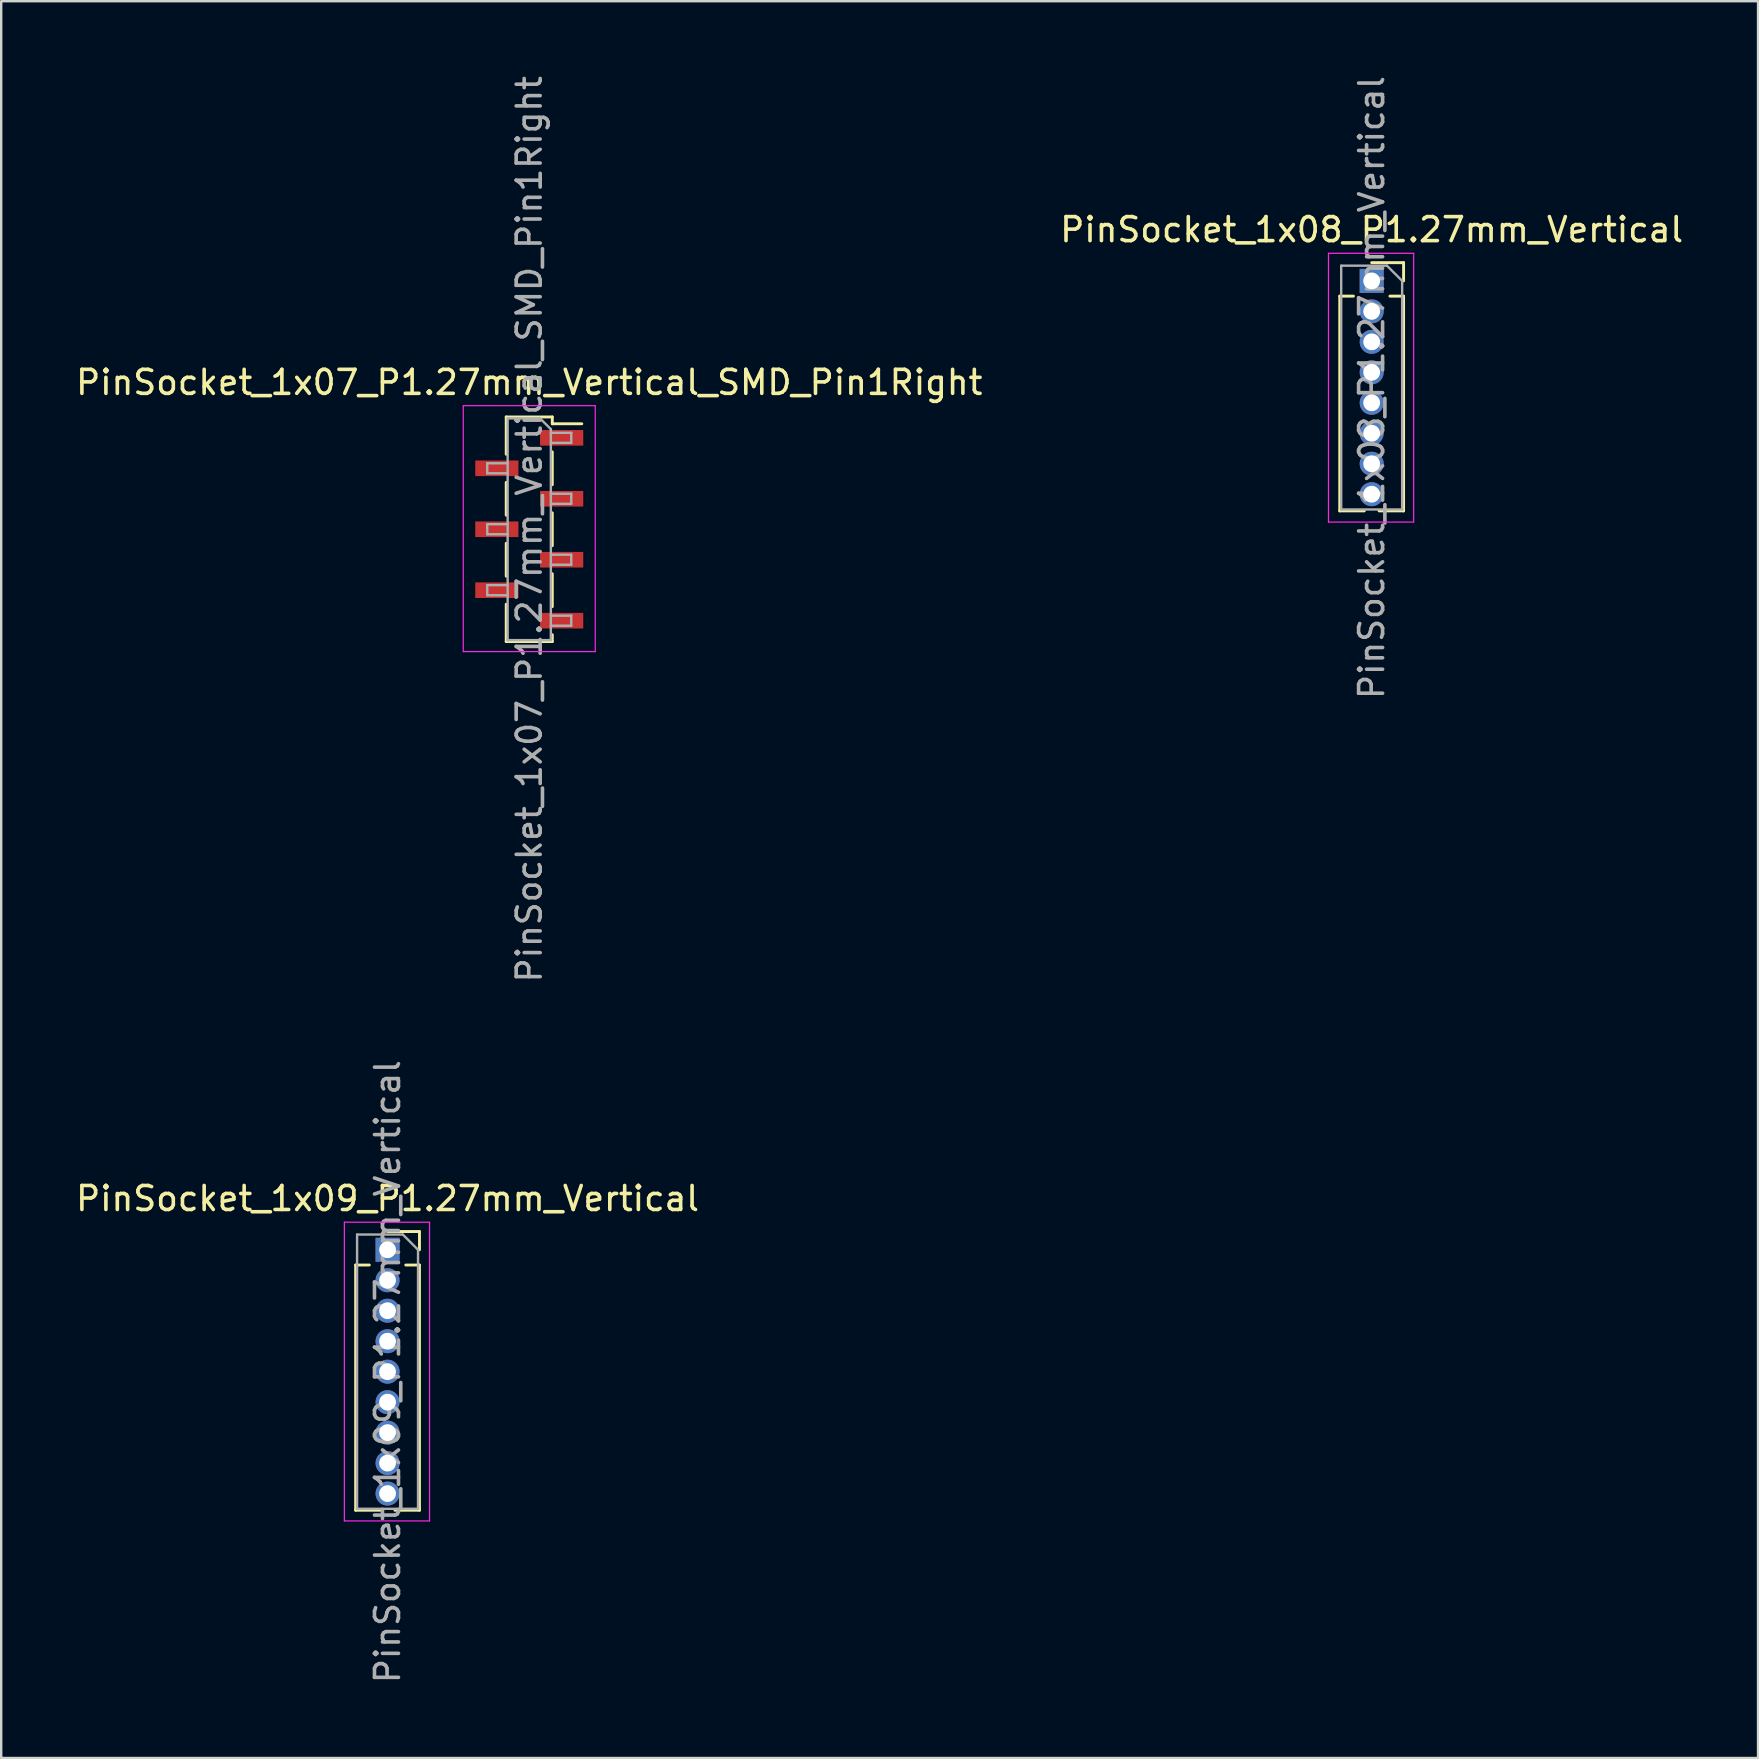
<source format=kicad_pcb>
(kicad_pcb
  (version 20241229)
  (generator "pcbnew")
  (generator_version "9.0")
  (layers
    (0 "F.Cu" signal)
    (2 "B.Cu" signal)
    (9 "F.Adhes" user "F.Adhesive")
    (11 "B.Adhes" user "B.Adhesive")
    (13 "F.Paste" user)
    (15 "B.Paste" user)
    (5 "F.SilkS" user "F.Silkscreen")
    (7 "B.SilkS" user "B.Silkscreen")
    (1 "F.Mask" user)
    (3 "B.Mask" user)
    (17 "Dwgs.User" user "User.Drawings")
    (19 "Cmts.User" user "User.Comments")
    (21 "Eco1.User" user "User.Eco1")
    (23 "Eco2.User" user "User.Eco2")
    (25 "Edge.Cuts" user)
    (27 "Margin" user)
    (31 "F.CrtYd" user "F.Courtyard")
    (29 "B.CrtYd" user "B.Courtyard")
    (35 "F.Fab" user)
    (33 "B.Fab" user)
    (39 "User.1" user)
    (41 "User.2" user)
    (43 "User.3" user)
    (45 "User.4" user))
  (footprint "PinSocket_1x08_P1.27mm_Vertical"
    (layer "F.Cu")
    (at 54.113 8.656)
    (property "Reference" "PinSocket_1x08_P1.27mm_Vertical" (at 0 -2.135 0) (layer "F.SilkS") (effects (font (size 1 1) (thickness 0.15))))
    (attr through_hole)
    (fp_line (start -1.33 0.635) (end -1.33 9.585) (stroke (width 0.12) (type solid)) (layer "F.SilkS"))
    (fp_line (start -1.33 0.635) (end -0.76 0.635) (stroke (width 0.12) (type solid)) (layer "F.SilkS"))
    (fp_line (start -1.33 9.585) (end -0.308 9.585) (stroke (width 0.12) (type solid)) (layer "F.SilkS"))
    (fp_line (start 0 -0.76) (end 1.33 -0.76) (stroke (width 0.12) (type solid)) (layer "F.SilkS"))
    (fp_line (start 0.308 9.585) (end 1.33 9.585) (stroke (width 0.12) (type solid)) (layer "F.SilkS"))
    (fp_line (start 0.76 0.635) (end 1.33 0.635) (stroke (width 0.12) (type solid)) (layer "F.SilkS"))
    (fp_line (start 1.33 -0.76) (end 1.33 0) (stroke (width 0.12) (type solid)) (layer "F.SilkS"))
    (fp_line (start 1.33 0.635) (end 1.33 9.585) (stroke (width 0.12) (type solid)) (layer "F.SilkS"))
    (fp_line (start -1.8 -1.15) (end 1.75 -1.15) (stroke (width 0.05) (type solid)) (layer "F.CrtYd"))
    (fp_line (start -1.8 10.05) (end -1.8 -1.15) (stroke (width 0.05) (type solid)) (layer "F.CrtYd"))
    (fp_line (start 1.75 -1.15) (end 1.75 10.05) (stroke (width 0.05) (type solid)) (layer "F.CrtYd"))
    (fp_line (start 1.75 10.05) (end -1.8 10.05) (stroke (width 0.05) (type solid)) (layer "F.CrtYd"))
    (fp_line (start -1.27 -0.635) (end 0.635 -0.635) (stroke (width 0.1) (type solid)) (layer "F.Fab"))
    (fp_line (start -1.27 9.525) (end -1.27 -0.635) (stroke (width 0.1) (type solid)) (layer "F.Fab"))
    (fp_line (start 0.635 -0.635) (end 1.27 0) (stroke (width 0.1) (type solid)) (layer "F.Fab"))
    (fp_line (start 1.27 0) (end 1.27 9.525) (stroke (width 0.1) (type solid)) (layer "F.Fab"))
    (fp_line (start 1.27 9.525) (end -1.27 9.525) (stroke (width 0.1) (type solid)) (layer "F.Fab"))
    (fp_text user "${REFERENCE}" (at 0 4.445 90) (layer "F.Fab") (effects (font (size 1 1) (thickness 0.15))))
    (pad "1" thru_hole rect (at 0 0) (size 1 1) (drill 0.7) (layers "*.Cu" "*.Mask"))
    (pad "2" thru_hole oval (at 0 1.27) (size 1 1) (drill 0.7) (layers "*.Cu" "*.Mask"))
    (pad "3" thru_hole oval (at 0 2.54) (size 1 1) (drill 0.7) (layers "*.Cu" "*.Mask"))
    (pad "4" thru_hole oval (at 0 3.81) (size 1 1) (drill 0.7) (layers "*.Cu" "*.Mask"))
    (pad "5" thru_hole oval (at 0 5.08) (size 1 1) (drill 0.7) (layers "*.Cu" "*.Mask"))
    (pad "6" thru_hole oval (at 0 6.35) (size 1 1) (drill 0.7) (layers "*.Cu" "*.Mask"))
    (pad "7" thru_hole oval (at 0 7.62) (size 1 1) (drill 0.7) (layers "*.Cu" "*.Mask"))
    (pad "8" thru_hole oval (at 0 8.89) (size 1 1) (drill 0.7) (layers "*.Cu" "*.Mask")))
  (footprint "PinSocket_1x07_P1.27mm_Vertical_SMD_Pin1Right"
    (layer "F.Cu")
    (at 19.006 19.006)
    (property "Reference" "PinSocket_1x07_P1.27mm_Vertical_SMD_Pin1Right" (at 0 -6.12 0) (layer "F.SilkS") (effects (font (size 1 1) (thickness 0.15))))
    (attr smd)
    (fp_line (start -0.96 -4.68) (end -0.96 -3.125) (stroke (width 0.12) (type solid)) (layer "F.SilkS"))
    (fp_line (start -0.96 -4.68) (end 0.96 -4.68) (stroke (width 0.12) (type solid)) (layer "F.SilkS"))
    (fp_line (start -0.96 -1.955) (end -0.96 -0.585) (stroke (width 0.12) (type solid)) (layer "F.SilkS"))
    (fp_line (start -0.96 0.585) (end -0.96 1.955) (stroke (width 0.12) (type solid)) (layer "F.SilkS"))
    (fp_line (start -0.96 3.125) (end -0.96 4.68) (stroke (width 0.12) (type solid)) (layer "F.SilkS"))
    (fp_line (start -0.96 4.68) (end 0.96 4.68) (stroke (width 0.12) (type solid)) (layer "F.SilkS"))
    (fp_line (start 0.96 -4.68) (end 0.96 -4.395) (stroke (width 0.12) (type solid)) (layer "F.SilkS"))
    (fp_line (start 0.96 -4.395) (end 2.19 -4.395) (stroke (width 0.12) (type solid)) (layer "F.SilkS"))
    (fp_line (start 0.96 -3.225) (end 0.96 -1.855) (stroke (width 0.12) (type solid)) (layer "F.SilkS"))
    (fp_line (start 0.96 -0.685) (end 0.96 0.685) (stroke (width 0.12) (type solid)) (layer "F.SilkS"))
    (fp_line (start 0.96 1.855) (end 0.96 3.225) (stroke (width 0.12) (type solid)) (layer "F.SilkS"))
    (fp_line (start 0.96 4.395) (end 0.96 4.68) (stroke (width 0.12) (type solid)) (layer "F.SilkS"))
    (fp_line (start -2.75 -5.15) (end 2.75 -5.15) (stroke (width 0.05) (type solid)) (layer "F.CrtYd"))
    (fp_line (start -2.75 5.1) (end -2.75 -5.15) (stroke (width 0.05) (type solid)) (layer "F.CrtYd"))
    (fp_line (start 2.75 -5.15) (end 2.75 5.1) (stroke (width 0.05) (type solid)) (layer "F.CrtYd"))
    (fp_line (start 2.75 5.1) (end -2.75 5.1) (stroke (width 0.05) (type solid)) (layer "F.CrtYd"))
    (fp_line (start -1.75 -2.75) (end -0.9 -2.75) (stroke (width 0.1) (type solid)) (layer "F.Fab"))
    (fp_line (start -1.75 -2.33) (end -1.75 -2.75) (stroke (width 0.1) (type solid)) (layer "F.Fab"))
    (fp_line (start -1.75 -0.21) (end -0.9 -0.21) (stroke (width 0.1) (type solid)) (layer "F.Fab"))
    (fp_line (start -1.75 0.21) (end -1.75 -0.21) (stroke (width 0.1) (type solid)) (layer "F.Fab"))
    (fp_line (start -1.75 2.33) (end -0.9 2.33) (stroke (width 0.1) (type solid)) (layer "F.Fab"))
    (fp_line (start -1.75 2.75) (end -1.75 2.33) (stroke (width 0.1) (type solid)) (layer "F.Fab"))
    (fp_line (start -0.9 -4.62) (end 0.45 -4.62) (stroke (width 0.1) (type solid)) (layer "F.Fab"))
    (fp_line (start -0.9 -2.33) (end -1.75 -2.33) (stroke (width 0.1) (type solid)) (layer "F.Fab"))
    (fp_line (start -0.9 0.21) (end -1.75 0.21) (stroke (width 0.1) (type solid)) (layer "F.Fab"))
    (fp_line (start -0.9 2.75) (end -1.75 2.75) (stroke (width 0.1) (type solid)) (layer "F.Fab"))
    (fp_line (start -0.9 4.62) (end -0.9 -4.62) (stroke (width 0.1) (type solid)) (layer "F.Fab"))
    (fp_line (start 0.45 -4.62) (end 0.9 -4.17) (stroke (width 0.1) (type solid)) (layer "F.Fab"))
    (fp_line (start 0.9 -4.17) (end 0.9 4.62) (stroke (width 0.1) (type solid)) (layer "F.Fab"))
    (fp_line (start 0.9 -4.02) (end 1.75 -4.02) (stroke (width 0.1) (type solid)) (layer "F.Fab"))
    (fp_line (start 0.9 -1.48) (end 1.75 -1.48) (stroke (width 0.1) (type solid)) (layer "F.Fab"))
    (fp_line (start 0.9 1.06) (end 1.75 1.06) (stroke (width 0.1) (type solid)) (layer "F.Fab"))
    (fp_line (start 0.9 3.6) (end 1.75 3.6) (stroke (width 0.1) (type solid)) (layer "F.Fab"))
    (fp_line (start 0.9 4.62) (end -0.9 4.62) (stroke (width 0.1) (type solid)) (layer "F.Fab"))
    (fp_line (start 1.75 -4.02) (end 1.75 -3.6) (stroke (width 0.1) (type solid)) (layer "F.Fab"))
    (fp_line (start 1.75 -3.6) (end 0.9 -3.6) (stroke (width 0.1) (type solid)) (layer "F.Fab"))
    (fp_line (start 1.75 -1.48) (end 1.75 -1.06) (stroke (width 0.1) (type solid)) (layer "F.Fab"))
    (fp_line (start 1.75 -1.06) (end 0.9 -1.06) (stroke (width 0.1) (type solid)) (layer "F.Fab"))
    (fp_line (start 1.75 1.06) (end 1.75 1.48) (stroke (width 0.1) (type solid)) (layer "F.Fab"))
    (fp_line (start 1.75 1.48) (end 0.9 1.48) (stroke (width 0.1) (type solid)) (layer "F.Fab"))
    (fp_line (start 1.75 3.6) (end 1.75 4.02) (stroke (width 0.1) (type solid)) (layer "F.Fab"))
    (fp_line (start 1.75 4.02) (end 0.9 4.02) (stroke (width 0.1) (type solid)) (layer "F.Fab"))
    (fp_text user "${REFERENCE}" (at 0 0 90) (layer "F.Fab") (effects (font (size 1 1) (thickness 0.15))))
    (pad "1" smd rect (at 1.35 -3.81) (size 1.8 0.65) (layers "F.Cu" "F.Mask" "F.Paste"))
    (pad "2" smd rect (at -1.35 -2.54) (size 1.8 0.65) (layers "F.Cu" "F.Mask" "F.Paste"))
    (pad "3" smd rect (at 1.35 -1.27) (size 1.8 0.65) (layers "F.Cu" "F.Mask" "F.Paste"))
    (pad "4" smd rect (at -1.35 0) (size 1.8 0.65) (layers "F.Cu" "F.Mask" "F.Paste"))
    (pad "5" smd rect (at 1.35 1.27) (size 1.8 0.65) (layers "F.Cu" "F.Mask" "F.Paste"))
    (pad "6" smd rect (at -1.35 2.54) (size 1.8 0.65) (layers "F.Cu" "F.Mask" "F.Paste"))
    (pad "7" smd rect (at 1.35 3.81) (size 1.8 0.65) (layers "F.Cu" "F.Mask" "F.Paste")))
  (footprint "PinSocket_1x09_P1.27mm_Vertical"
    (layer "F.Cu")
    (at 13.101 49.033)
    (property "Reference" "PinSocket_1x09_P1.27mm_Vertical" (at 0 -2.135 0) (layer "F.SilkS") (effects (font (size 1 1) (thickness 0.15))))
    (attr through_hole)
    (fp_line (start -1.33 0.635) (end -1.33 10.855) (stroke (width 0.12) (type solid)) (layer "F.SilkS"))
    (fp_line (start -1.33 0.635) (end -0.76 0.635) (stroke (width 0.12) (type solid)) (layer "F.SilkS"))
    (fp_line (start -1.33 10.855) (end -0.308 10.855) (stroke (width 0.12) (type solid)) (layer "F.SilkS"))
    (fp_line (start 0 -0.76) (end 1.33 -0.76) (stroke (width 0.12) (type solid)) (layer "F.SilkS"))
    (fp_line (start 0.308 10.855) (end 1.33 10.855) (stroke (width 0.12) (type solid)) (layer "F.SilkS"))
    (fp_line (start 0.76 0.635) (end 1.33 0.635) (stroke (width 0.12) (type solid)) (layer "F.SilkS"))
    (fp_line (start 1.33 -0.76) (end 1.33 0) (stroke (width 0.12) (type solid)) (layer "F.SilkS"))
    (fp_line (start 1.33 0.635) (end 1.33 10.855) (stroke (width 0.12) (type solid)) (layer "F.SilkS"))
    (fp_line (start -1.8 -1.15) (end 1.75 -1.15) (stroke (width 0.05) (type solid)) (layer "F.CrtYd"))
    (fp_line (start -1.8 11.3) (end -1.8 -1.15) (stroke (width 0.05) (type solid)) (layer "F.CrtYd"))
    (fp_line (start 1.75 -1.15) (end 1.75 11.3) (stroke (width 0.05) (type solid)) (layer "F.CrtYd"))
    (fp_line (start 1.75 11.3) (end -1.8 11.3) (stroke (width 0.05) (type solid)) (layer "F.CrtYd"))
    (fp_line (start -1.27 -0.635) (end 0.635 -0.635) (stroke (width 0.1) (type solid)) (layer "F.Fab"))
    (fp_line (start -1.27 10.795) (end -1.27 -0.635) (stroke (width 0.1) (type solid)) (layer "F.Fab"))
    (fp_line (start 0.635 -0.635) (end 1.27 0) (stroke (width 0.1) (type solid)) (layer "F.Fab"))
    (fp_line (start 1.27 0) (end 1.27 10.795) (stroke (width 0.1) (type solid)) (layer "F.Fab"))
    (fp_line (start 1.27 10.795) (end -1.27 10.795) (stroke (width 0.1) (type solid)) (layer "F.Fab"))
    (fp_text user "${REFERENCE}" (at 0 5.08 90) (layer "F.Fab") (effects (font (size 1 1) (thickness 0.15))))
    (pad "1" thru_hole rect (at 0 0) (size 1 1) (drill 0.7) (layers "*.Cu" "*.Mask"))
    (pad "2" thru_hole oval (at 0 1.27) (size 1 1) (drill 0.7) (layers "*.Cu" "*.Mask"))
    (pad "3" thru_hole oval (at 0 2.54) (size 1 1) (drill 0.7) (layers "*.Cu" "*.Mask"))
    (pad "4" thru_hole oval (at 0 3.81) (size 1 1) (drill 0.7) (layers "*.Cu" "*.Mask"))
    (pad "5" thru_hole oval (at 0 5.08) (size 1 1) (drill 0.7) (layers "*.Cu" "*.Mask"))
    (pad "6" thru_hole oval (at 0 6.35) (size 1 1) (drill 0.7) (layers "*.Cu" "*.Mask"))
    (pad "7" thru_hole oval (at 0 7.62) (size 1 1) (drill 0.7) (layers "*.Cu" "*.Mask"))
    (pad "8" thru_hole oval (at 0 8.89) (size 1 1) (drill 0.7) (layers "*.Cu" "*.Mask"))
    (pad "9" thru_hole oval (at 0 10.16) (size 1 1) (drill 0.7) (layers "*.Cu" "*.Mask")))
  (gr_rect
    (start -3 -3)
    (end 70.214 70.214)
    (stroke (width 0.1) (type default))
    (fill no)
    (layer "Edge.Cuts")))
</source>
